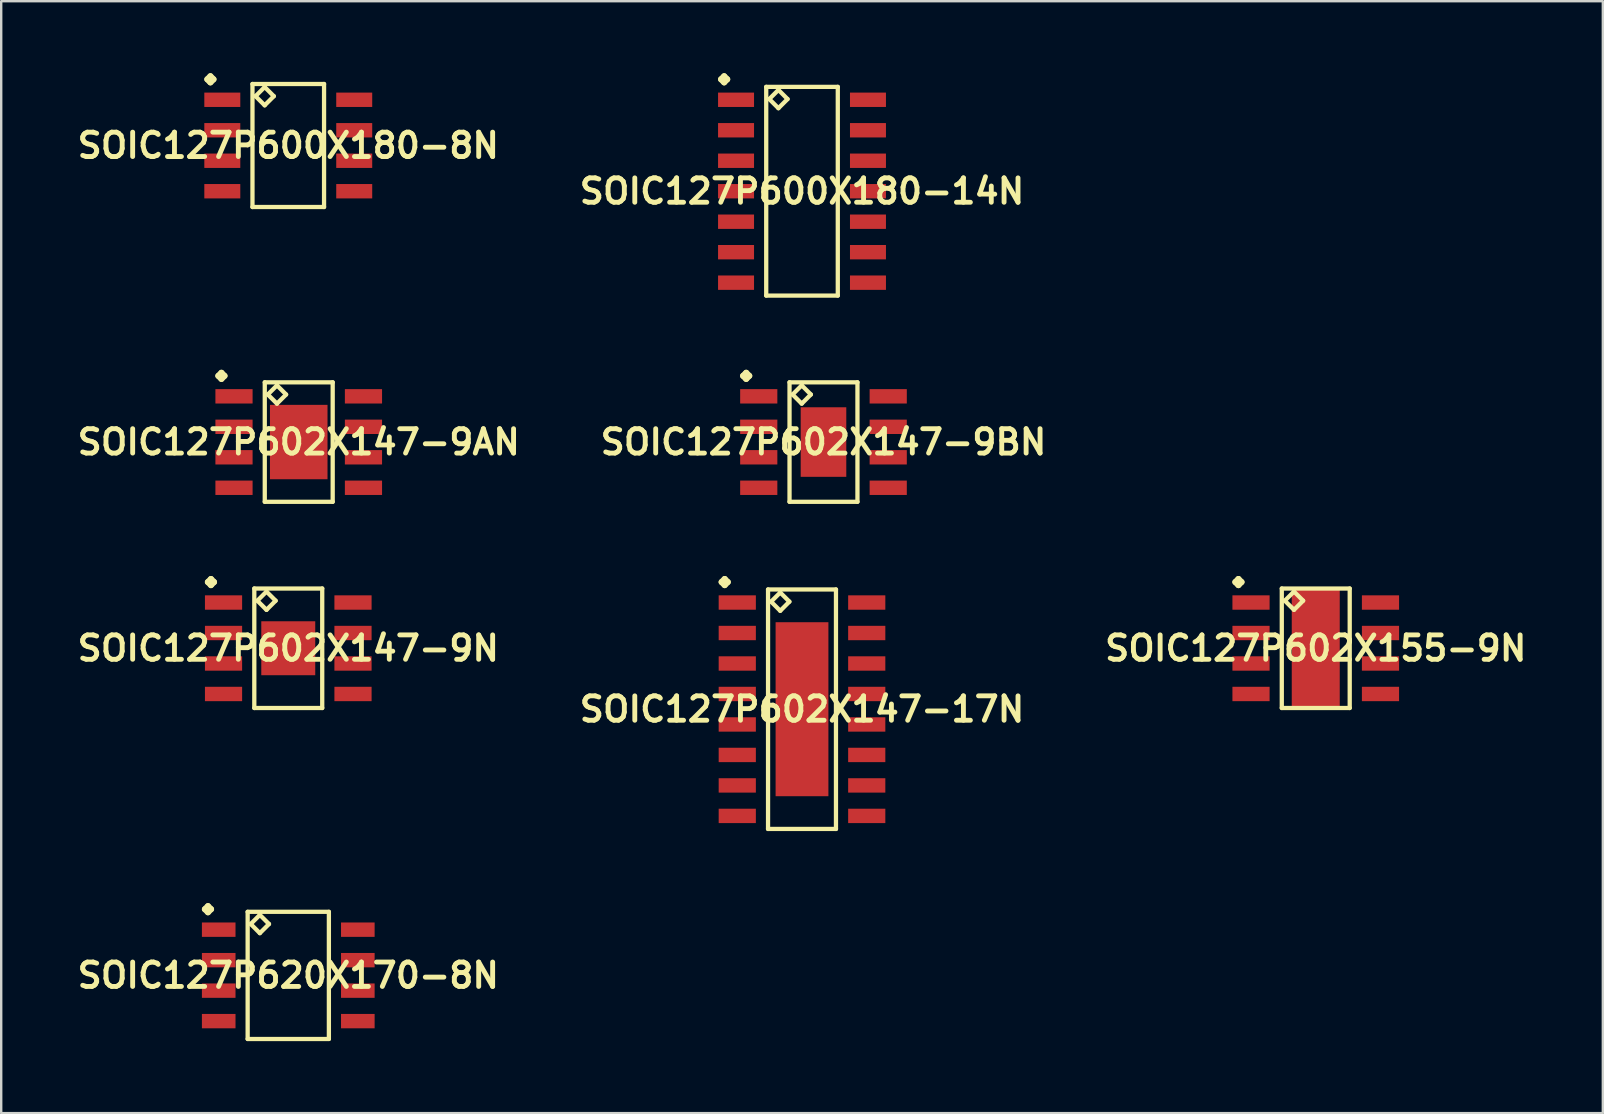
<source format=kicad_pcb>
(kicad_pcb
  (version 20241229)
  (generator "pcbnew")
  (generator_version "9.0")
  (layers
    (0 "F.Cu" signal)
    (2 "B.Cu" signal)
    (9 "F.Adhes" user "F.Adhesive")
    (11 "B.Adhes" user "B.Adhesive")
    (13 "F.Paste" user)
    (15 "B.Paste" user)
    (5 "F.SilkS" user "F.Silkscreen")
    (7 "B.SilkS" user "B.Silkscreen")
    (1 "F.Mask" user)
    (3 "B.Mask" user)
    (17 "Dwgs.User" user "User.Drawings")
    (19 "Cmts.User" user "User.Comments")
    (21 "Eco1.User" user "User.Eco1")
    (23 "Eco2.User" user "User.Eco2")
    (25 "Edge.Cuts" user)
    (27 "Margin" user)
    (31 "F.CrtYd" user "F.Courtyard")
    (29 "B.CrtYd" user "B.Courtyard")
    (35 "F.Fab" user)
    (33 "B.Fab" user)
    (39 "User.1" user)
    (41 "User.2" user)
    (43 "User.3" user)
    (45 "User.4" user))
  (footprint "SOIC127P620X170-8N"
    (layer "F.Cu")
    (at 8.96 37.588)
    (property "Reference" "SOIC127P620X170-8N" (at 0 0 0) (layer "F.SilkS") (effects (font (size 1.016 1.016) (thickness 0.203))))
    (attr smd)
    (fp_line (start -3.472 -2.758) (end -3.345 -2.885) (stroke (width 0.254) (type solid)) (layer "F.SilkS"))
    (fp_line (start -3.345 -2.885) (end -3.218 -2.758) (stroke (width 0.254) (type solid)) (layer "F.SilkS"))
    (fp_line (start -3.345 -2.631) (end -3.472 -2.758) (stroke (width 0.254) (type solid)) (layer "F.SilkS"))
    (fp_line (start -3.218 -2.758) (end -3.345 -2.631) (stroke (width 0.254) (type solid)) (layer "F.SilkS"))
    (fp_line (start -1.692 -2.649) (end -1.692 2.649) (stroke (width 0.178) (type solid)) (layer "F.SilkS"))
    (fp_line (start -1.692 2.649) (end 1.692 2.649) (stroke (width 0.178) (type solid)) (layer "F.SilkS"))
    (fp_line (start -1.565 -2.141) (end -1.184 -2.522) (stroke (width 0.178) (type solid)) (layer "F.SilkS"))
    (fp_line (start -1.184 -2.522) (end -0.803 -2.141) (stroke (width 0.178) (type solid)) (layer "F.SilkS"))
    (fp_line (start -1.184 -1.76) (end -1.565 -2.141) (stroke (width 0.178) (type solid)) (layer "F.SilkS"))
    (fp_line (start -0.803 -2.141) (end -1.184 -1.76) (stroke (width 0.178) (type solid)) (layer "F.SilkS"))
    (fp_line (start 1.692 -2.649) (end -1.692 -2.649) (stroke (width 0.178) (type solid)) (layer "F.SilkS"))
    (fp_line (start 1.692 2.649) (end 1.692 -2.649) (stroke (width 0.178) (type solid)) (layer "F.SilkS"))
    (pad "1" smd rect (at -2.898 -1.905) (size 1.4 0.599) (layers "F.Cu" "F.Mask" "F.Paste"))
    (pad "2" smd rect (at -2.898 -0.635) (size 1.4 0.599) (layers "F.Cu" "F.Mask" "F.Paste"))
    (pad "3" smd rect (at -2.898 0.635) (size 1.4 0.599) (layers "F.Cu" "F.Mask" "F.Paste"))
    (pad "4" smd rect (at -2.898 1.905) (size 1.4 0.599) (layers "F.Cu" "F.Mask" "F.Paste"))
    (pad "5" smd rect (at 2.898 1.905) (size 1.4 0.599) (layers "F.Cu" "F.Mask" "F.Paste"))
    (pad "6" smd rect (at 2.898 0.635) (size 1.4 0.599) (layers "F.Cu" "F.Mask" "F.Paste"))
    (pad "7" smd rect (at 2.898 -0.635) (size 1.4 0.599) (layers "F.Cu" "F.Mask" "F.Paste"))
    (pad "8" smd rect (at 2.898 -1.905) (size 1.4 0.599) (layers "F.Cu" "F.Mask" "F.Paste")))
  (footprint "SOIC127P602X147-17N"
    (layer "F.Cu")
    (at 30.364 26.498)
    (property "Reference" "SOIC127P602X147-17N" (at 0 0 0) (layer "F.SilkS") (effects (font (size 1.016 1.016) (thickness 0.203))))
    (attr smd)
    (fp_line (start -3.348 -5.298) (end -3.221 -5.425) (stroke (width 0.254) (type solid)) (layer "F.SilkS"))
    (fp_line (start -3.221 -5.425) (end -3.094 -5.298) (stroke (width 0.254) (type solid)) (layer "F.SilkS"))
    (fp_line (start -3.221 -5.171) (end -3.348 -5.298) (stroke (width 0.254) (type solid)) (layer "F.SilkS"))
    (fp_line (start -3.094 -5.298) (end -3.221 -5.171) (stroke (width 0.254) (type solid)) (layer "F.SilkS"))
    (fp_line (start -1.415 -4.989) (end -1.415 4.989) (stroke (width 0.178) (type solid)) (layer "F.SilkS"))
    (fp_line (start -1.415 4.989) (end 1.415 4.989) (stroke (width 0.178) (type solid)) (layer "F.SilkS"))
    (fp_line (start -1.288 -4.481) (end -0.907 -4.862) (stroke (width 0.178) (type solid)) (layer "F.SilkS"))
    (fp_line (start -0.907 -4.862) (end -0.526 -4.481) (stroke (width 0.178) (type solid)) (layer "F.SilkS"))
    (fp_line (start -0.907 -4.1) (end -1.288 -4.481) (stroke (width 0.178) (type solid)) (layer "F.SilkS"))
    (fp_line (start -0.526 -4.481) (end -0.907 -4.1) (stroke (width 0.178) (type solid)) (layer "F.SilkS"))
    (fp_line (start 1.415 -4.989) (end -1.415 -4.989) (stroke (width 0.178) (type solid)) (layer "F.SilkS"))
    (fp_line (start 1.415 4.989) (end 1.415 -4.989) (stroke (width 0.178) (type solid)) (layer "F.SilkS"))
    (pad "1" smd rect (at -2.697 -4.445) (size 1.549 0.599) (layers "F.Cu" "F.Mask" "F.Paste"))
    (pad "2" smd rect (at -2.697 -3.175) (size 1.549 0.599) (layers "F.Cu" "F.Mask" "F.Paste"))
    (pad "3" smd rect (at -2.697 -1.905) (size 1.549 0.599) (layers "F.Cu" "F.Mask" "F.Paste"))
    (pad "4" smd rect (at -2.697 -0.635) (size 1.549 0.599) (layers "F.Cu" "F.Mask" "F.Paste"))
    (pad "5" smd rect (at -2.697 0.635) (size 1.549 0.599) (layers "F.Cu" "F.Mask" "F.Paste"))
    (pad "6" smd rect (at -2.697 1.905) (size 1.549 0.599) (layers "F.Cu" "F.Mask" "F.Paste"))
    (pad "7" smd rect (at -2.697 3.175) (size 1.549 0.599) (layers "F.Cu" "F.Mask" "F.Paste"))
    (pad "8" smd rect (at -2.697 4.445) (size 1.549 0.599) (layers "F.Cu" "F.Mask" "F.Paste"))
    (pad "9" smd rect (at 2.697 4.445) (size 1.549 0.599) (layers "F.Cu" "F.Mask" "F.Paste"))
    (pad "10" smd rect (at 2.697 3.175) (size 1.549 0.599) (layers "F.Cu" "F.Mask" "F.Paste"))
    (pad "11" smd rect (at 2.697 1.905) (size 1.549 0.599) (layers "F.Cu" "F.Mask" "F.Paste"))
    (pad "12" smd rect (at 2.697 0.635) (size 1.549 0.599) (layers "F.Cu" "F.Mask" "F.Paste"))
    (pad "13" smd rect (at 2.697 -0.635) (size 1.549 0.599) (layers "F.Cu" "F.Mask" "F.Paste"))
    (pad "14" smd rect (at 2.697 -1.905) (size 1.549 0.599) (layers "F.Cu" "F.Mask" "F.Paste"))
    (pad "15" smd rect (at 2.697 -3.175) (size 1.549 0.599) (layers "F.Cu" "F.Mask" "F.Paste"))
    (pad "16" smd rect (at 2.697 -4.445) (size 1.549 0.599) (layers "F.Cu" "F.Mask" "F.Paste"))
    (pad "17" smd rect (at 0 0) (size 2.2 7.249) (layers "F.Cu" "F.Mask" "F.Paste")))
  (footprint "SOIC127P602X147-9BN"
    (layer "F.Cu")
    (at 31.259 15.367)
    (property "Reference" "SOIC127P602X147-9BN" (at 0 0 0) (layer "F.SilkS") (effects (font (size 1.016 1.016) (thickness 0.203))))
    (attr smd)
    (fp_line (start -3.348 -2.758) (end -3.221 -2.885) (stroke (width 0.254) (type solid)) (layer "F.SilkS"))
    (fp_line (start -3.221 -2.885) (end -3.094 -2.758) (stroke (width 0.254) (type solid)) (layer "F.SilkS"))
    (fp_line (start -3.221 -2.631) (end -3.348 -2.758) (stroke (width 0.254) (type solid)) (layer "F.SilkS"))
    (fp_line (start -3.094 -2.758) (end -3.221 -2.631) (stroke (width 0.254) (type solid)) (layer "F.SilkS"))
    (fp_line (start -1.415 -2.489) (end -1.415 2.489) (stroke (width 0.178) (type solid)) (layer "F.SilkS"))
    (fp_line (start -1.415 2.489) (end 1.415 2.489) (stroke (width 0.178) (type solid)) (layer "F.SilkS"))
    (fp_line (start -1.288 -1.981) (end -0.907 -2.362) (stroke (width 0.178) (type solid)) (layer "F.SilkS"))
    (fp_line (start -0.907 -2.362) (end -0.526 -1.981) (stroke (width 0.178) (type solid)) (layer "F.SilkS"))
    (fp_line (start -0.907 -1.6) (end -1.288 -1.981) (stroke (width 0.178) (type solid)) (layer "F.SilkS"))
    (fp_line (start -0.526 -1.981) (end -0.907 -1.6) (stroke (width 0.178) (type solid)) (layer "F.SilkS"))
    (fp_line (start 1.415 -2.489) (end -1.415 -2.489) (stroke (width 0.178) (type solid)) (layer "F.SilkS"))
    (fp_line (start 1.415 2.489) (end 1.415 -2.489) (stroke (width 0.178) (type solid)) (layer "F.SilkS"))
    (pad "1" smd rect (at -2.697 -1.905) (size 1.549 0.599) (layers "F.Cu" "F.Mask" "F.Paste"))
    (pad "2" smd rect (at -2.697 -0.635) (size 1.549 0.599) (layers "F.Cu" "F.Mask" "F.Paste"))
    (pad "3" smd rect (at -2.697 0.635) (size 1.549 0.599) (layers "F.Cu" "F.Mask" "F.Paste"))
    (pad "4" smd rect (at -2.697 1.905) (size 1.549 0.599) (layers "F.Cu" "F.Mask" "F.Paste"))
    (pad "5" smd rect (at 2.697 1.905) (size 1.549 0.599) (layers "F.Cu" "F.Mask" "F.Paste"))
    (pad "6" smd rect (at 2.697 0.635) (size 1.549 0.599) (layers "F.Cu" "F.Mask" "F.Paste"))
    (pad "7" smd rect (at 2.697 -0.635) (size 1.549 0.599) (layers "F.Cu" "F.Mask" "F.Paste"))
    (pad "8" smd rect (at 2.697 -1.905) (size 1.549 0.599) (layers "F.Cu" "F.Mask" "F.Paste"))
    (pad "9" smd rect (at 0 0) (size 1.9 2.898) (layers "F.Cu" "F.Mask" "F.Paste")))
  (footprint "SOIC127P600X180-8N"
    (layer "F.Cu")
    (at 8.96 3.012)
    (property "Reference" "SOIC127P600X180-8N" (at 0 0 0) (layer "F.SilkS") (effects (font (size 1.016 1.016) (thickness 0.203))))
    (attr smd)
    (fp_line (start -3.371 -2.758) (end -3.244 -2.885) (stroke (width 0.254) (type solid)) (layer "F.SilkS"))
    (fp_line (start -3.244 -2.885) (end -3.117 -2.758) (stroke (width 0.254) (type solid)) (layer "F.SilkS"))
    (fp_line (start -3.244 -2.631) (end -3.371 -2.758) (stroke (width 0.254) (type solid)) (layer "F.SilkS"))
    (fp_line (start -3.117 -2.758) (end -3.244 -2.631) (stroke (width 0.254) (type solid)) (layer "F.SilkS"))
    (fp_line (start -1.491 -2.563) (end -1.491 2.563) (stroke (width 0.178) (type solid)) (layer "F.SilkS"))
    (fp_line (start -1.491 2.563) (end 1.491 2.563) (stroke (width 0.178) (type solid)) (layer "F.SilkS"))
    (fp_line (start -1.364 -2.055) (end -0.983 -2.436) (stroke (width 0.178) (type solid)) (layer "F.SilkS"))
    (fp_line (start -0.983 -2.436) (end -0.602 -2.055) (stroke (width 0.178) (type solid)) (layer "F.SilkS"))
    (fp_line (start -0.983 -1.674) (end -1.364 -2.055) (stroke (width 0.178) (type solid)) (layer "F.SilkS"))
    (fp_line (start -0.602 -2.055) (end -0.983 -1.674) (stroke (width 0.178) (type solid)) (layer "F.SilkS"))
    (fp_line (start 1.491 -2.563) (end -1.491 -2.563) (stroke (width 0.178) (type solid)) (layer "F.SilkS"))
    (fp_line (start 1.491 2.563) (end 1.491 -2.563) (stroke (width 0.178) (type solid)) (layer "F.SilkS"))
    (pad "1" smd rect (at -2.748 -1.905) (size 1.499 0.599) (layers "F.Cu" "F.Mask" "F.Paste"))
    (pad "2" smd rect (at -2.748 -0.635) (size 1.499 0.599) (layers "F.Cu" "F.Mask" "F.Paste"))
    (pad "3" smd rect (at -2.748 0.635) (size 1.499 0.599) (layers "F.Cu" "F.Mask" "F.Paste"))
    (pad "4" smd rect (at -2.748 1.905) (size 1.499 0.599) (layers "F.Cu" "F.Mask" "F.Paste"))
    (pad "5" smd rect (at 2.748 1.905) (size 1.499 0.599) (layers "F.Cu" "F.Mask" "F.Paste"))
    (pad "6" smd rect (at 2.748 0.635) (size 1.499 0.599) (layers "F.Cu" "F.Mask" "F.Paste"))
    (pad "7" smd rect (at 2.748 -0.635) (size 1.499 0.599) (layers "F.Cu" "F.Mask" "F.Paste"))
    (pad "8" smd rect (at 2.748 -1.905) (size 1.499 0.599) (layers "F.Cu" "F.Mask" "F.Paste")))
  (footprint "SOIC127P602X147-9AN"
    (layer "F.Cu")
    (at 9.396 15.367)
    (property "Reference" "SOIC127P602X147-9AN" (at 0 0 0) (layer "F.SilkS") (effects (font (size 1.016 1.016) (thickness 0.203))))
    (attr smd)
    (fp_line (start -3.348 -2.758) (end -3.221 -2.885) (stroke (width 0.254) (type solid)) (layer "F.SilkS"))
    (fp_line (start -3.221 -2.885) (end -3.094 -2.758) (stroke (width 0.254) (type solid)) (layer "F.SilkS"))
    (fp_line (start -3.221 -2.631) (end -3.348 -2.758) (stroke (width 0.254) (type solid)) (layer "F.SilkS"))
    (fp_line (start -3.094 -2.758) (end -3.221 -2.631) (stroke (width 0.254) (type solid)) (layer "F.SilkS"))
    (fp_line (start -1.415 -2.489) (end -1.415 2.489) (stroke (width 0.178) (type solid)) (layer "F.SilkS"))
    (fp_line (start -1.415 2.489) (end 1.415 2.489) (stroke (width 0.178) (type solid)) (layer "F.SilkS"))
    (fp_line (start -1.288 -1.981) (end -0.907 -2.362) (stroke (width 0.178) (type solid)) (layer "F.SilkS"))
    (fp_line (start -0.907 -2.362) (end -0.526 -1.981) (stroke (width 0.178) (type solid)) (layer "F.SilkS"))
    (fp_line (start -0.907 -1.6) (end -1.288 -1.981) (stroke (width 0.178) (type solid)) (layer "F.SilkS"))
    (fp_line (start -0.526 -1.981) (end -0.907 -1.6) (stroke (width 0.178) (type solid)) (layer "F.SilkS"))
    (fp_line (start 1.415 -2.489) (end -1.415 -2.489) (stroke (width 0.178) (type solid)) (layer "F.SilkS"))
    (fp_line (start 1.415 2.489) (end 1.415 -2.489) (stroke (width 0.178) (type solid)) (layer "F.SilkS"))
    (pad "1" smd rect (at -2.697 -1.905) (size 1.549 0.599) (layers "F.Cu" "F.Mask" "F.Paste"))
    (pad "2" smd rect (at -2.697 -0.635) (size 1.549 0.599) (layers "F.Cu" "F.Mask" "F.Paste"))
    (pad "3" smd rect (at -2.697 0.635) (size 1.549 0.599) (layers "F.Cu" "F.Mask" "F.Paste"))
    (pad "4" smd rect (at -2.697 1.905) (size 1.549 0.599) (layers "F.Cu" "F.Mask" "F.Paste"))
    (pad "5" smd rect (at 2.697 1.905) (size 1.549 0.599) (layers "F.Cu" "F.Mask" "F.Paste"))
    (pad "6" smd rect (at 2.697 0.635) (size 1.549 0.599) (layers "F.Cu" "F.Mask" "F.Paste"))
    (pad "7" smd rect (at 2.697 -0.635) (size 1.549 0.599) (layers "F.Cu" "F.Mask" "F.Paste"))
    (pad "8" smd rect (at 2.697 -1.905) (size 1.549 0.599) (layers "F.Cu" "F.Mask" "F.Paste"))
    (pad "9" smd rect (at 0 0) (size 2.398 3.099) (layers "F.Cu" "F.Mask" "F.Paste")))
  (footprint "SOIC127P602X147-9N"
    (layer "F.Cu")
    (at 8.96 23.958)
    (property "Reference" "SOIC127P602X147-9N" (at 0 0 0) (layer "F.SilkS") (effects (font (size 1.016 1.016) (thickness 0.203))))
    (attr smd)
    (fp_line (start -3.348 -2.758) (end -3.221 -2.885) (stroke (width 0.254) (type solid)) (layer "F.SilkS"))
    (fp_line (start -3.221 -2.885) (end -3.094 -2.758) (stroke (width 0.254) (type solid)) (layer "F.SilkS"))
    (fp_line (start -3.221 -2.631) (end -3.348 -2.758) (stroke (width 0.254) (type solid)) (layer "F.SilkS"))
    (fp_line (start -3.094 -2.758) (end -3.221 -2.631) (stroke (width 0.254) (type solid)) (layer "F.SilkS"))
    (fp_line (start -1.415 -2.489) (end -1.415 2.489) (stroke (width 0.178) (type solid)) (layer "F.SilkS"))
    (fp_line (start -1.415 2.489) (end 1.415 2.489) (stroke (width 0.178) (type solid)) (layer "F.SilkS"))
    (fp_line (start -1.288 -1.981) (end -0.907 -2.362) (stroke (width 0.178) (type solid)) (layer "F.SilkS"))
    (fp_line (start -0.907 -2.362) (end -0.526 -1.981) (stroke (width 0.178) (type solid)) (layer "F.SilkS"))
    (fp_line (start -0.907 -1.6) (end -1.288 -1.981) (stroke (width 0.178) (type solid)) (layer "F.SilkS"))
    (fp_line (start -0.526 -1.981) (end -0.907 -1.6) (stroke (width 0.178) (type solid)) (layer "F.SilkS"))
    (fp_line (start 1.415 -2.489) (end -1.415 -2.489) (stroke (width 0.178) (type solid)) (layer "F.SilkS"))
    (fp_line (start 1.415 2.489) (end 1.415 -2.489) (stroke (width 0.178) (type solid)) (layer "F.SilkS"))
    (pad "1" smd rect (at -2.697 -1.905) (size 1.549 0.599) (layers "F.Cu" "F.Mask" "F.Paste"))
    (pad "2" smd rect (at -2.697 -0.635) (size 1.549 0.599) (layers "F.Cu" "F.Mask" "F.Paste"))
    (pad "3" smd rect (at -2.697 0.635) (size 1.549 0.599) (layers "F.Cu" "F.Mask" "F.Paste"))
    (pad "4" smd rect (at -2.697 1.905) (size 1.549 0.599) (layers "F.Cu" "F.Mask" "F.Paste"))
    (pad "5" smd rect (at 2.697 1.905) (size 1.549 0.599) (layers "F.Cu" "F.Mask" "F.Paste"))
    (pad "6" smd rect (at 2.697 0.635) (size 1.549 0.599) (layers "F.Cu" "F.Mask" "F.Paste"))
    (pad "7" smd rect (at 2.697 -0.635) (size 1.549 0.599) (layers "F.Cu" "F.Mask" "F.Paste"))
    (pad "8" smd rect (at 2.697 -1.905) (size 1.549 0.599) (layers "F.Cu" "F.Mask" "F.Paste"))
    (pad "9" smd rect (at 0 0) (size 2.248 2.248) (layers "F.Cu" "F.Mask" "F.Paste")))
  (footprint "SOIC127P600X180-14N"
    (layer "F.Cu")
    (at 30.364 4.917)
    (property "Reference" "SOIC127P600X180-14N" (at 0 0 0) (layer "F.SilkS") (effects (font (size 1.016 1.016) (thickness 0.203))))
    (attr smd)
    (fp_line (start -3.371 -4.663) (end -3.244 -4.79) (stroke (width 0.254) (type solid)) (layer "F.SilkS"))
    (fp_line (start -3.244 -4.79) (end -3.117 -4.663) (stroke (width 0.254) (type solid)) (layer "F.SilkS"))
    (fp_line (start -3.244 -4.536) (end -3.371 -4.663) (stroke (width 0.254) (type solid)) (layer "F.SilkS"))
    (fp_line (start -3.117 -4.663) (end -3.244 -4.536) (stroke (width 0.254) (type solid)) (layer "F.SilkS"))
    (fp_line (start -1.491 -4.348) (end -1.491 4.348) (stroke (width 0.178) (type solid)) (layer "F.SilkS"))
    (fp_line (start -1.491 4.348) (end 1.491 4.348) (stroke (width 0.178) (type solid)) (layer "F.SilkS"))
    (fp_line (start -1.364 -3.84) (end -0.983 -4.221) (stroke (width 0.178) (type solid)) (layer "F.SilkS"))
    (fp_line (start -0.983 -4.221) (end -0.602 -3.84) (stroke (width 0.178) (type solid)) (layer "F.SilkS"))
    (fp_line (start -0.983 -3.459) (end -1.364 -3.84) (stroke (width 0.178) (type solid)) (layer "F.SilkS"))
    (fp_line (start -0.602 -3.84) (end -0.983 -3.459) (stroke (width 0.178) (type solid)) (layer "F.SilkS"))
    (fp_line (start 1.491 -4.348) (end -1.491 -4.348) (stroke (width 0.178) (type solid)) (layer "F.SilkS"))
    (fp_line (start 1.491 4.348) (end 1.491 -4.348) (stroke (width 0.178) (type solid)) (layer "F.SilkS"))
    (pad "1" smd rect (at -2.748 -3.81) (size 1.499 0.599) (layers "F.Cu" "F.Mask" "F.Paste"))
    (pad "2" smd rect (at -2.748 -2.54) (size 1.499 0.599) (layers "F.Cu" "F.Mask" "F.Paste"))
    (pad "3" smd rect (at -2.748 -1.27) (size 1.499 0.599) (layers "F.Cu" "F.Mask" "F.Paste"))
    (pad "4" smd rect (at -2.748 0) (size 1.499 0.599) (layers "F.Cu" "F.Mask" "F.Paste"))
    (pad "5" smd rect (at -2.748 1.27) (size 1.499 0.599) (layers "F.Cu" "F.Mask" "F.Paste"))
    (pad "6" smd rect (at -2.748 2.54) (size 1.499 0.599) (layers "F.Cu" "F.Mask" "F.Paste"))
    (pad "7" smd rect (at -2.748 3.81) (size 1.499 0.599) (layers "F.Cu" "F.Mask" "F.Paste"))
    (pad "8" smd rect (at 2.748 3.81) (size 1.499 0.599) (layers "F.Cu" "F.Mask" "F.Paste"))
    (pad "9" smd rect (at 2.748 2.54) (size 1.499 0.599) (layers "F.Cu" "F.Mask" "F.Paste"))
    (pad "10" smd rect (at 2.748 1.27) (size 1.499 0.599) (layers "F.Cu" "F.Mask" "F.Paste"))
    (pad "11" smd rect (at 2.748 0) (size 1.499 0.599) (layers "F.Cu" "F.Mask" "F.Paste"))
    (pad "12" smd rect (at 2.748 -1.27) (size 1.499 0.599) (layers "F.Cu" "F.Mask" "F.Paste"))
    (pad "13" smd rect (at 2.748 -2.54) (size 1.499 0.599) (layers "F.Cu" "F.Mask" "F.Paste"))
    (pad "14" smd rect (at 2.748 -3.81) (size 1.499 0.599) (layers "F.Cu" "F.Mask" "F.Paste")))
  (footprint "SOIC127P602X155-9N"
    (layer "F.Cu")
    (at 51.768 23.958)
    (property "Reference" "SOIC127P602X155-9N" (at 0 0 0) (layer "F.SilkS") (effects (font (size 1.016 1.016) (thickness 0.203))))
    (attr smd)
    (fp_line (start -3.348 -2.758) (end -3.221 -2.885) (stroke (width 0.254) (type solid)) (layer "F.SilkS"))
    (fp_line (start -3.221 -2.885) (end -3.094 -2.758) (stroke (width 0.254) (type solid)) (layer "F.SilkS"))
    (fp_line (start -3.221 -2.631) (end -3.348 -2.758) (stroke (width 0.254) (type solid)) (layer "F.SilkS"))
    (fp_line (start -3.094 -2.758) (end -3.221 -2.631) (stroke (width 0.254) (type solid)) (layer "F.SilkS"))
    (fp_line (start -1.415 -2.489) (end -1.415 2.489) (stroke (width 0.178) (type solid)) (layer "F.SilkS"))
    (fp_line (start -1.415 2.489) (end 1.415 2.489) (stroke (width 0.178) (type solid)) (layer "F.SilkS"))
    (fp_line (start -1.288 -1.981) (end -0.907 -2.362) (stroke (width 0.178) (type solid)) (layer "F.SilkS"))
    (fp_line (start -0.907 -2.362) (end -0.526 -1.981) (stroke (width 0.178) (type solid)) (layer "F.SilkS"))
    (fp_line (start -0.907 -1.6) (end -1.288 -1.981) (stroke (width 0.178) (type solid)) (layer "F.SilkS"))
    (fp_line (start -0.526 -1.981) (end -0.907 -1.6) (stroke (width 0.178) (type solid)) (layer "F.SilkS"))
    (fp_line (start 1.415 -2.489) (end -1.415 -2.489) (stroke (width 0.178) (type solid)) (layer "F.SilkS"))
    (fp_line (start 1.415 2.489) (end 1.415 -2.489) (stroke (width 0.178) (type solid)) (layer "F.SilkS"))
    (pad "1" smd rect (at -2.697 -1.905) (size 1.549 0.599) (layers "F.Cu" "F.Mask" "F.Paste"))
    (pad "2" smd rect (at -2.697 -0.635) (size 1.549 0.599) (layers "F.Cu" "F.Mask" "F.Paste"))
    (pad "3" smd rect (at -2.697 0.635) (size 1.549 0.599) (layers "F.Cu" "F.Mask" "F.Paste"))
    (pad "4" smd rect (at -2.697 1.905) (size 1.549 0.599) (layers "F.Cu" "F.Mask" "F.Paste"))
    (pad "5" smd rect (at 2.697 1.905) (size 1.549 0.599) (layers "F.Cu" "F.Mask" "F.Paste"))
    (pad "6" smd rect (at 2.697 0.635) (size 1.549 0.599) (layers "F.Cu" "F.Mask" "F.Paste"))
    (pad "7" smd rect (at 2.697 -0.635) (size 1.549 0.599) (layers "F.Cu" "F.Mask" "F.Paste"))
    (pad "8" smd rect (at 2.697 -1.905) (size 1.549 0.599) (layers "F.Cu" "F.Mask" "F.Paste"))
    (pad "9" smd rect (at 0 0) (size 1.999 4.948) (layers "F.Cu" "F.Mask" "F.Paste")))
  (gr_rect
    (start -3 -3)
    (end 63.729 43.326)
    (stroke (width 0.1) (type default))
    (fill no)
    (layer "Edge.Cuts")))
</source>
